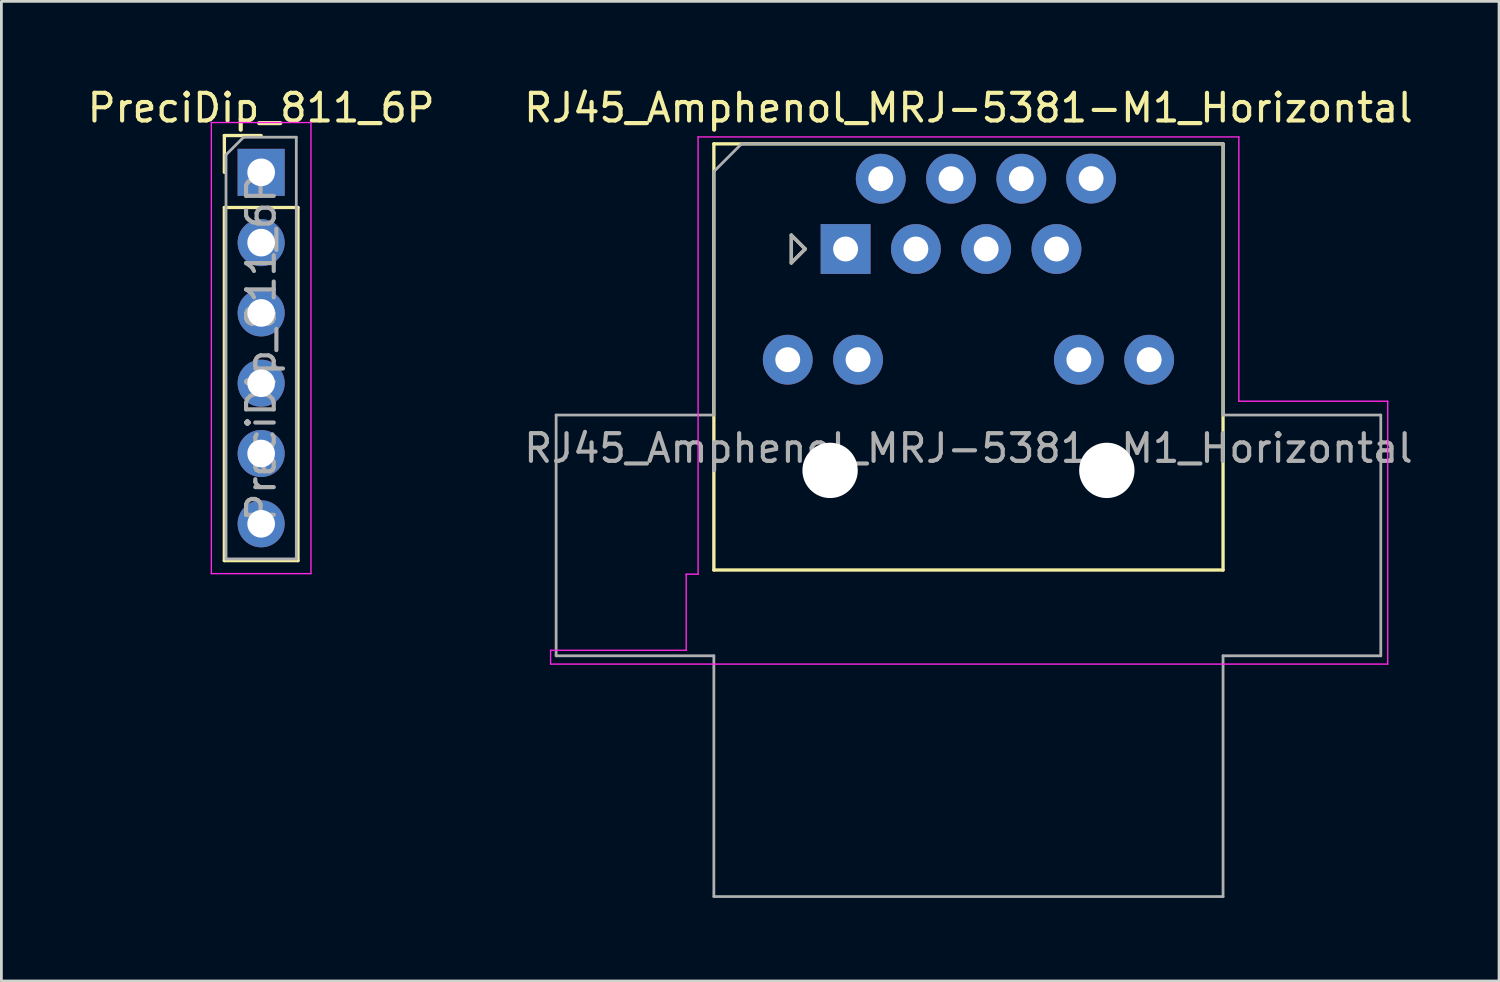
<source format=kicad_pcb>
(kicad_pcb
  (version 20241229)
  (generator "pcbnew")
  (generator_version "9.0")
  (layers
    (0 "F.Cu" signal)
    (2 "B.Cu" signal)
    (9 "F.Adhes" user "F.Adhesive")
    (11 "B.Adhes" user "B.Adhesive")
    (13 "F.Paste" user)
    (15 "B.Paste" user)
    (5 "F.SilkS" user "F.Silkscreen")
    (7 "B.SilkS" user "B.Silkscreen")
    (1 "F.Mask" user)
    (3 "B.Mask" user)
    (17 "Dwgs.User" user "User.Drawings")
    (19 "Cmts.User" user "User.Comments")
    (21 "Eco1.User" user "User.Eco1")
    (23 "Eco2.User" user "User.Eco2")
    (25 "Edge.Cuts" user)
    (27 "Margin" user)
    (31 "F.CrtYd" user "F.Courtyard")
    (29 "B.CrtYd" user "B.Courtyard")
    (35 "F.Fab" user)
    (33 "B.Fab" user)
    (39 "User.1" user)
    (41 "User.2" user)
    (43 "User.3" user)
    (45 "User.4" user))
  (footprint "RJ45_Amphenol_MRJ-5381-M1_Horizontal"
    (layer "F.Cu")
    (at 31.946 5.948)
    (property "Reference" "RJ45_Amphenol_MRJ-5381-M1_Horizontal" (at 0 -5.1 0) (layer "F.SilkS") (effects (font (size 1 1) (thickness 0.15))))
    (attr through_hole)
    (fp_line (start -9.2 -3.8) (end -9.2 11.6) (stroke (width 0.12) (type solid)) (layer "F.SilkS"))
    (fp_line (start -9.2 -3.8) (end 9.2 -3.8) (stroke (width 0.12) (type solid)) (layer "F.SilkS"))
    (fp_line (start -9.2 11.6) (end 9.2 11.6) (stroke (width 0.12) (type solid)) (layer "F.SilkS"))
    (fp_line (start -6.4 -0.5) (end -6.4 0.5) (stroke (width 0.12) (type solid)) (layer "F.SilkS"))
    (fp_line (start -6.4 0.5) (end -5.9 0) (stroke (width 0.12) (type solid)) (layer "F.SilkS"))
    (fp_line (start -5.9 0) (end -6.4 -0.5) (stroke (width 0.12) (type solid)) (layer "F.SilkS"))
    (fp_line (start 9.2 -3.8) (end 9.2 11.6) (stroke (width 0.12) (type solid)) (layer "F.SilkS"))
    (fp_line (start -15.15 5.5) (end -9.77 5.5) (stroke (width 0.05) (type solid)) (layer "Eco2.User"))
    (fp_line (start -15.15 14.5) (end -15.15 5.5) (stroke (width 0.05) (type solid)) (layer "Eco2.User"))
    (fp_line (start -15.1 14.5) (end -15 14.5) (stroke (width 0.12) (type solid)) (layer "Eco2.User"))
    (fp_line (start -13 14.5) (end -11 14.5) (stroke (width 0.12) (type solid)) (layer "Eco2.User"))
    (fp_line (start -9.77 5.5) (end -9.77 14.5) (stroke (width 0.05) (type solid)) (layer "Eco2.User"))
    (fp_line (start -9.77 14.5) (end -15.15 14.5) (stroke (width 0.05) (type solid)) (layer "Eco2.User"))
    (fp_line (start -9 11.7) (end -7 11.7) (stroke (width 0.12) (type solid)) (layer "Eco2.User"))
    (fp_line (start -9 14.5) (end -7 14.5) (stroke (width 0.12) (type solid)) (layer "Eco2.User"))
    (fp_line (start -3 11.7) (end -5 11.7) (stroke (width 0.12) (type solid)) (layer "Eco2.User"))
    (fp_line (start -3 14.5) (end -5 14.5) (stroke (width 0.12) (type solid)) (layer "Eco2.User"))
    (fp_line (start 5 11.7) (end 3 11.7) (stroke (width 0.12) (type solid)) (layer "Eco2.User"))
    (fp_line (start 5 14.5) (end 3 14.5) (stroke (width 0.12) (type solid)) (layer "Eco2.User"))
    (fp_line (start 9 11.7) (end 7 11.7) (stroke (width 0.12) (type solid)) (layer "Eco2.User"))
    (fp_line (start 9 14.5) (end 7 14.5) (stroke (width 0.12) (type solid)) (layer "Eco2.User"))
    (fp_line (start 13 14.5) (end 11 14.5) (stroke (width 0.12) (type solid)) (layer "Eco2.User"))
    (fp_line (start 15.1 14.5) (end 15 14.5) (stroke (width 0.12) (type solid)) (layer "Eco2.User"))
    (fp_line (start -15.1 15) (end -15.1 14.5) (stroke (width 0.05) (type solid)) (layer "F.CrtYd"))
    (fp_line (start -15.1 15) (end 15.15 15) (stroke (width 0.05) (type solid)) (layer "F.CrtYd"))
    (fp_line (start -10.2 14.5) (end -15.1 14.5) (stroke (width 0.05) (type solid)) (layer "F.CrtYd"))
    (fp_line (start -10.2 14.5) (end -10.2 11.75) (stroke (width 0.05) (type solid)) (layer "F.CrtYd"))
    (fp_line (start -9.77 -4.05) (end -9.77 11.75) (stroke (width 0.05) (type solid)) (layer "F.CrtYd"))
    (fp_line (start -9.77 -4.05) (end 9.77 -4.05) (stroke (width 0.05) (type solid)) (layer "F.CrtYd"))
    (fp_line (start -9.77 11.75) (end -10.2 11.75) (stroke (width 0.05) (type solid)) (layer "F.CrtYd"))
    (fp_line (start 9.77 -4.05) (end 9.77 5.5) (stroke (width 0.05) (type solid)) (layer "F.CrtYd"))
    (fp_line (start 15.15 5.5) (end 9.77 5.5) (stroke (width 0.05) (type solid)) (layer "F.CrtYd"))
    (fp_line (start 15.15 15) (end 15.15 5.5) (stroke (width 0.05) (type solid)) (layer "F.CrtYd"))
    (fp_line (start -14.9 14.7) (end -14.9 6) (stroke (width 0.1) (type solid)) (layer "F.Fab"))
    (fp_line (start -14.9 14.7) (end -9.2 14.7) (stroke (width 0.1) (type solid)) (layer "F.Fab"))
    (fp_line (start -9.2 -2.8) (end -8.2 -3.8) (stroke (width 0.1) (type solid)) (layer "F.Fab"))
    (fp_line (start -9.2 6) (end -14.9 6) (stroke (width 0.1) (type solid)) (layer "F.Fab"))
    (fp_line (start -9.2 6) (end -9.2 -2.8) (stroke (width 0.1) (type solid)) (layer "F.Fab"))
    (fp_line (start -9.2 23.4) (end -9.2 14.7) (stroke (width 0.1) (type solid)) (layer "F.Fab"))
    (fp_line (start -8.2 -3.8) (end 9.2 -3.8) (stroke (width 0.1) (type solid)) (layer "F.Fab"))
    (fp_line (start -6.4 -0.5) (end -6.4 0.5) (stroke (width 0.12) (type solid)) (layer "F.Fab"))
    (fp_line (start -6.4 0.5) (end -5.9 0) (stroke (width 0.12) (type solid)) (layer "F.Fab"))
    (fp_line (start -5.9 0) (end -6.4 -0.5) (stroke (width 0.12) (type solid)) (layer "F.Fab"))
    (fp_line (start 9.2 6) (end 9.2 -3.8) (stroke (width 0.1) (type solid)) (layer "F.Fab"))
    (fp_line (start 9.2 6) (end 14.9 6) (stroke (width 0.1) (type solid)) (layer "F.Fab"))
    (fp_line (start 9.2 23.4) (end -9.2 23.4) (stroke (width 0.1) (type solid)) (layer "F.Fab"))
    (fp_line (start 9.2 23.4) (end 9.2 14.7) (stroke (width 0.1) (type solid)) (layer "F.Fab"))
    (fp_line (start 14.9 14.7) (end 9.2 14.7) (stroke (width 0.1) (type solid)) (layer "F.Fab"))
    (fp_line (start 14.9 14.7) (end 14.9 6) (stroke (width 0.1) (type solid)) (layer "F.Fab"))
    (fp_text user "Panel Edge" (at 0 14.5 0) (unlocked yes) (layer "Eco2.User") (effects (font (size 0.5 0.5) (thickness 0.08))))
    (fp_text user "Board Edge" (at 0 11.7 0) (unlocked yes) (layer "Eco2.User") (effects (font (size 0.5 0.5) (thickness 0.08))))
    (fp_text user "${REFERENCE}" (at 0 7.2 0) (layer "F.Fab") (effects (font (size 1 1) (thickness 0.15))))
    (pad "" np_thru_hole circle (at -5 8) (size 2 2) (drill 2) (layers "*.Cu" "*.Mask"))
    (pad "" np_thru_hole circle (at 5 8) (size 2 2) (drill 2) (layers "*.Cu" "*.Mask"))
    (pad "1" thru_hole rect (at -4.44 0) (size 1.8 1.8) (drill 0.9) (layers "*.Cu" "*.Mask"))
    (pad "2" thru_hole circle (at -3.17 -2.54) (size 1.8 1.8) (drill 0.9) (layers "*.Cu" "*.Mask"))
    (pad "3" thru_hole circle (at -1.9 0) (size 1.8 1.8) (drill 0.9) (layers "*.Cu" "*.Mask"))
    (pad "4" thru_hole circle (at -0.63 -2.54) (size 1.8 1.8) (drill 0.9) (layers "*.Cu" "*.Mask"))
    (pad "5" thru_hole circle (at 0.64 0) (size 1.8 1.8) (drill 0.9) (layers "*.Cu" "*.Mask"))
    (pad "6" thru_hole circle (at 1.91 -2.54) (size 1.8 1.8) (drill 0.9) (layers "*.Cu" "*.Mask"))
    (pad "7" thru_hole circle (at 3.18 0) (size 1.8 1.8) (drill 0.9) (layers "*.Cu" "*.Mask"))
    (pad "8" thru_hole circle (at 4.432 -2.544) (size 1.8 1.8) (drill 0.9) (layers "*.Cu" "*.Mask"))
    (pad "9" thru_hole circle (at 6.53 4) (size 1.8 1.8) (drill 0.9) (layers "*.Cu" "*.Mask"))
    (pad "10" thru_hole circle (at 3.99 4) (size 1.8 1.8) (drill 0.9) (layers "*.Cu" "*.Mask"))
    (pad "11" thru_hole circle (at -3.99 4) (size 1.8 1.8) (drill 0.9) (layers "*.Cu" "*.Mask"))
    (pad "12" thru_hole circle (at -6.53 4) (size 1.8 1.8) (drill 0.9) (layers "*.Cu" "*.Mask"))
    (zone (net_name "") (layer "Eco2.User") (name "Height limit 9mm") (hatch edge 0.508) (connect_pads) (min_thickness 0.254) (filled_areas_thickness no) (keepout (tracks allowed) (vias allowed) (pads allowed) (copperpour allowed) (footprints allowed)) (placement (enabled no)) (fill) (polygon (pts (xy 22.176 20.448) (xy 16.796 20.448) (xy 16.796 17.498) (xy 16.786 11.448) (xy 22.166 11.448)))))
  (footprint "PreciDip_811_6P"
    (layer "F.Cu")
    (at 6.387 9.528)
    (property "Reference" "PreciDip_811_6P" (at 0 -8.68 0) (layer "F.SilkS") (effects (font (size 1 1) (thickness 0.15))))
    (attr through_hole)
    (fp_line (start -1.33 -7.68) (end 0 -7.68) (stroke (width 0.12) (type solid)) (layer "F.SilkS"))
    (fp_line (start -1.33 -6.35) (end -1.33 -7.68) (stroke (width 0.12) (type solid)) (layer "F.SilkS"))
    (fp_line (start -1.33 -5.08) (end -1.33 7.68) (stroke (width 0.12) (type solid)) (layer "F.SilkS"))
    (fp_line (start -1.33 -5.08) (end 1.33 -5.08) (stroke (width 0.12) (type solid)) (layer "F.SilkS"))
    (fp_line (start -1.33 7.68) (end 1.33 7.68) (stroke (width 0.12) (type solid)) (layer "F.SilkS"))
    (fp_line (start 1.33 -5.08) (end 1.33 7.68) (stroke (width 0.12) (type solid)) (layer "F.SilkS"))
    (fp_line (start -1.8 -8.15) (end -1.8 8.15) (stroke (width 0.05) (type solid)) (layer "F.CrtYd"))
    (fp_line (start -1.8 8.15) (end 1.8 8.15) (stroke (width 0.05) (type solid)) (layer "F.CrtYd"))
    (fp_line (start 1.8 -8.15) (end -1.8 -8.15) (stroke (width 0.05) (type solid)) (layer "F.CrtYd"))
    (fp_line (start 1.8 8.15) (end 1.8 -8.15) (stroke (width 0.05) (type solid)) (layer "F.CrtYd"))
    (fp_line (start -1.27 -6.985) (end -0.635 -7.62) (stroke (width 0.1) (type solid)) (layer "F.Fab"))
    (fp_line (start -1.27 7.62) (end -1.27 -6.985) (stroke (width 0.1) (type solid)) (layer "F.Fab"))
    (fp_line (start -0.635 -7.62) (end 1.27 -7.62) (stroke (width 0.1) (type solid)) (layer "F.Fab"))
    (fp_line (start 1.27 -7.62) (end 1.27 7.62) (stroke (width 0.1) (type solid)) (layer "F.Fab"))
    (fp_line (start 1.27 7.62) (end -1.27 7.62) (stroke (width 0.1) (type solid)) (layer "F.Fab"))
    (fp_text user "${REFERENCE}" (at 0 0 90) (layer "F.Fab") (effects (font (size 1 1) (thickness 0.15))))
    (pad "1" thru_hole rect (at 0 -6.35) (size 1.7 1.7) (drill 1) (layers "*.Cu" "*.Mask"))
    (pad "2" thru_hole oval (at 0 -3.81) (size 1.7 1.7) (drill 1) (layers "*.Cu" "*.Mask"))
    (pad "3" thru_hole oval (at 0 -1.27) (size 1.7 1.7) (drill 1) (layers "*.Cu" "*.Mask"))
    (pad "4" thru_hole oval (at 0 1.27) (size 1.7 1.7) (drill 1) (layers "*.Cu" "*.Mask"))
    (pad "5" thru_hole oval (at 0 3.81) (size 1.7 1.7) (drill 1) (layers "*.Cu" "*.Mask"))
    (pad "6" thru_hole oval (at 0 6.35) (size 1.7 1.7) (drill 1) (layers "*.Cu" "*.Mask")))
  (gr_rect
    (start -3 -3)
    (end 51.119 32.398)
    (stroke (width 0.1) (type default))
    (fill no)
    (layer "Edge.Cuts")))
</source>
